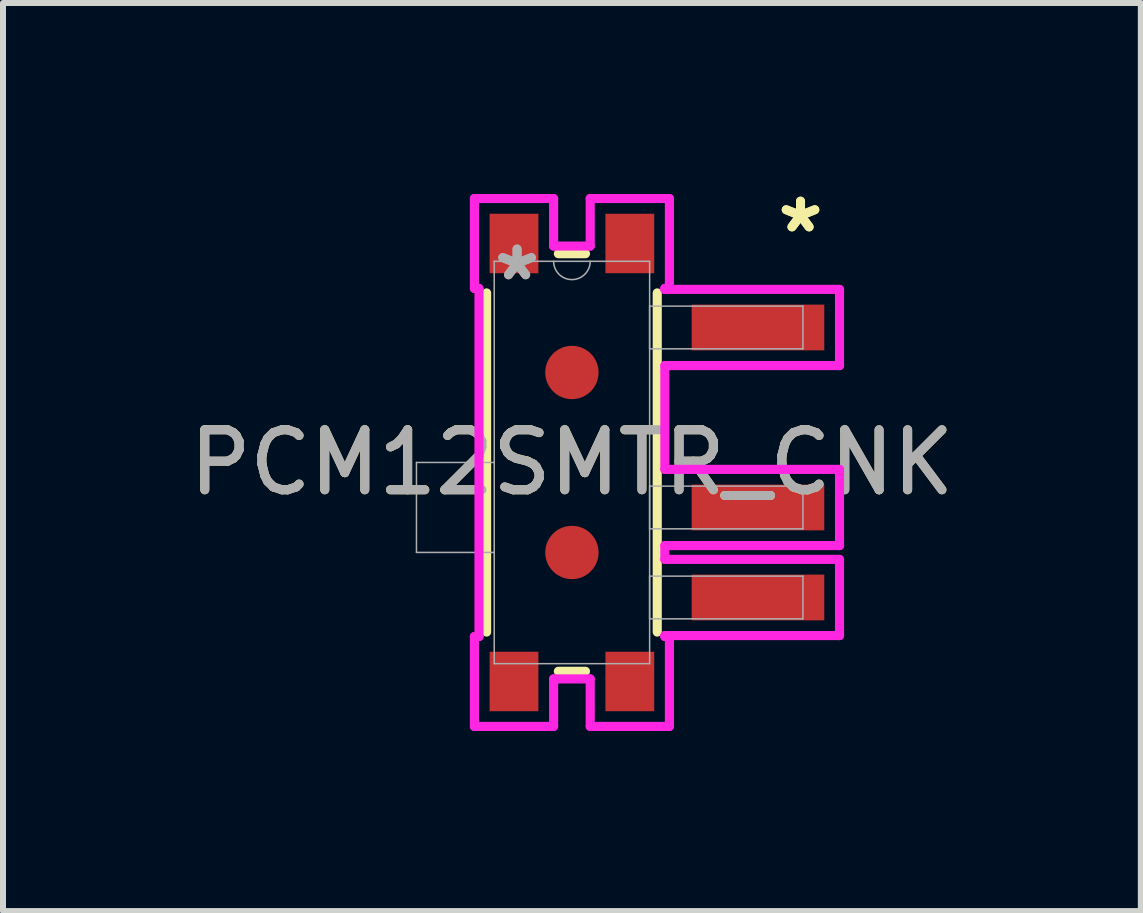
<source format=kicad_pcb>
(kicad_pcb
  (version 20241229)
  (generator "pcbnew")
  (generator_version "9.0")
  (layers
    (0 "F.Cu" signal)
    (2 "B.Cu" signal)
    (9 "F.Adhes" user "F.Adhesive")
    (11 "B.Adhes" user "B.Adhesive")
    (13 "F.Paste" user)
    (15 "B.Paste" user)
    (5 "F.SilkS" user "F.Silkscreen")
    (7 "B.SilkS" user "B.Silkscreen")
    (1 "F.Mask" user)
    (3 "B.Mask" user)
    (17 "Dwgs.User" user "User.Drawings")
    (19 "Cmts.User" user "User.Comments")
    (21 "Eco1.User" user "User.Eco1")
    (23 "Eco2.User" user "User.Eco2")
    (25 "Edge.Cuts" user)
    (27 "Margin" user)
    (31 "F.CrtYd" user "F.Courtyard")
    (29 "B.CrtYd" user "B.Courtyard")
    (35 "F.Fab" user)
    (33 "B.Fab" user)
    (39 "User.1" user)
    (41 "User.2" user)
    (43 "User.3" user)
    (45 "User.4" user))
  (footprint "PCM12SMTR_CNK"
    (layer "F.Cu")
    (at 6.482 4.658)
    (property "Reference" "PCM12SMTR_CNK" (at 0 0 0) (unlocked yes) (layer "F.SilkS") (effects (font (size 1 1) (thickness 0.15))))
    (attr smd)
    (fp_line (start -1.422 2.826) (end -1.422 -2.826) (stroke (width 0.152) (type solid)) (layer "F.SilkS"))
    (fp_line (start -0.226 -3.48) (end 0.226 -3.48) (stroke (width 0.152) (type solid)) (layer "F.SilkS"))
    (fp_line (start 0.226 3.48) (end -0.226 3.48) (stroke (width 0.152) (type solid)) (layer "F.SilkS"))
    (fp_line (start 1.422 -2.826) (end 1.422 2.826) (stroke (width 0.152) (type solid)) (layer "F.SilkS"))
    (fp_line (start -1.625 -4.399) (end -1.625 -2.901) (stroke (width 0.152) (type solid)) (layer "F.CrtYd"))
    (fp_line (start -1.625 -2.901) (end -1.549 -2.901) (stroke (width 0.152) (type solid)) (layer "F.CrtYd"))
    (fp_line (start -1.625 2.901) (end -1.625 4.399) (stroke (width 0.152) (type solid)) (layer "F.CrtYd"))
    (fp_line (start -1.625 4.399) (end -0.305 4.399) (stroke (width 0.152) (type solid)) (layer "F.CrtYd"))
    (fp_line (start -1.549 -2.901) (end -1.549 2.901) (stroke (width 0.152) (type solid)) (layer "F.CrtYd"))
    (fp_line (start -1.549 2.901) (end -1.625 2.901) (stroke (width 0.152) (type solid)) (layer "F.CrtYd"))
    (fp_line (start -0.305 -4.399) (end -1.625 -4.399) (stroke (width 0.152) (type solid)) (layer "F.CrtYd"))
    (fp_line (start -0.305 -3.607) (end -0.305 -4.399) (stroke (width 0.152) (type solid)) (layer "F.CrtYd"))
    (fp_line (start -0.305 3.607) (end 0.305 3.607) (stroke (width 0.152) (type solid)) (layer "F.CrtYd"))
    (fp_line (start -0.305 4.399) (end -0.305 3.607) (stroke (width 0.152) (type solid)) (layer "F.CrtYd"))
    (fp_line (start 0.305 -4.399) (end 0.305 -3.607) (stroke (width 0.152) (type solid)) (layer "F.CrtYd"))
    (fp_line (start 0.305 -3.607) (end -0.305 -3.607) (stroke (width 0.152) (type solid)) (layer "F.CrtYd"))
    (fp_line (start 0.305 3.607) (end 0.305 4.399) (stroke (width 0.152) (type solid)) (layer "F.CrtYd"))
    (fp_line (start 0.305 4.399) (end 1.625 4.399) (stroke (width 0.152) (type solid)) (layer "F.CrtYd"))
    (fp_line (start 1.549 -2.901) (end 1.625 -2.901) (stroke (width 0.152) (type solid)) (layer "F.CrtYd"))
    (fp_line (start 1.549 -2.885) (end 1.549 -2.901) (stroke (width 0.152) (type solid)) (layer "F.CrtYd"))
    (fp_line (start 1.549 -1.615) (end 4.46 -1.615) (stroke (width 0.152) (type solid)) (layer "F.CrtYd"))
    (fp_line (start 1.549 0.115) (end 1.549 -1.615) (stroke (width 0.152) (type solid)) (layer "F.CrtYd"))
    (fp_line (start 1.549 1.385) (end 4.46 1.385) (stroke (width 0.152) (type solid)) (layer "F.CrtYd"))
    (fp_line (start 1.549 1.615) (end 1.549 1.385) (stroke (width 0.152) (type solid)) (layer "F.CrtYd"))
    (fp_line (start 1.549 2.885) (end 4.46 2.885) (stroke (width 0.152) (type solid)) (layer "F.CrtYd"))
    (fp_line (start 1.549 2.901) (end 1.549 2.885) (stroke (width 0.152) (type solid)) (layer "F.CrtYd"))
    (fp_line (start 1.625 -4.399) (end 0.305 -4.399) (stroke (width 0.152) (type solid)) (layer "F.CrtYd"))
    (fp_line (start 1.625 -2.901) (end 1.625 -4.399) (stroke (width 0.152) (type solid)) (layer "F.CrtYd"))
    (fp_line (start 1.625 2.901) (end 1.549 2.901) (stroke (width 0.152) (type solid)) (layer "F.CrtYd"))
    (fp_line (start 1.625 4.399) (end 1.625 2.901) (stroke (width 0.152) (type solid)) (layer "F.CrtYd"))
    (fp_line (start 4.46 -2.885) (end 1.549 -2.885) (stroke (width 0.152) (type solid)) (layer "F.CrtYd"))
    (fp_line (start 4.46 -1.615) (end 4.46 -2.885) (stroke (width 0.152) (type solid)) (layer "F.CrtYd"))
    (fp_line (start 4.46 0.115) (end 1.549 0.115) (stroke (width 0.152) (type solid)) (layer "F.CrtYd"))
    (fp_line (start 4.46 1.385) (end 4.46 0.115) (stroke (width 0.152) (type solid)) (layer "F.CrtYd"))
    (fp_line (start 4.46 1.615) (end 1.549 1.615) (stroke (width 0.152) (type solid)) (layer "F.CrtYd"))
    (fp_line (start 4.46 2.885) (end 4.46 1.615) (stroke (width 0.152) (type solid)) (layer "F.CrtYd"))
    (fp_line (start -2.591 1.499) (end -2.591 0) (stroke (width 0.025) (type solid)) (layer "F.Fab"))
    (fp_line (start -1.295 -3.353) (end -1.295 3.353) (stroke (width 0.025) (type solid)) (layer "F.Fab"))
    (fp_line (start -1.295 0) (end -2.591 0) (stroke (width 0.025) (type solid)) (layer "F.Fab"))
    (fp_line (start -1.295 1.499) (end -2.591 1.499) (stroke (width 0.025) (type solid)) (layer "F.Fab"))
    (fp_line (start -1.295 3.353) (end 1.295 3.353) (stroke (width 0.025) (type solid)) (layer "F.Fab"))
    (fp_line (start 1.295 -3.353) (end -1.295 -3.353) (stroke (width 0.025) (type solid)) (layer "F.Fab"))
    (fp_line (start 1.295 -2.606) (end 1.295 -1.894) (stroke (width 0.025) (type solid)) (layer "F.Fab"))
    (fp_line (start 1.295 -1.894) (end 3.85 -1.894) (stroke (width 0.025) (type solid)) (layer "F.Fab"))
    (fp_line (start 1.295 0.394) (end 1.295 1.106) (stroke (width 0.025) (type solid)) (layer "F.Fab"))
    (fp_line (start 1.295 1.106) (end 3.85 1.106) (stroke (width 0.025) (type solid)) (layer "F.Fab"))
    (fp_line (start 1.295 1.894) (end 1.295 2.606) (stroke (width 0.025) (type solid)) (layer "F.Fab"))
    (fp_line (start 1.295 2.606) (end 3.85 2.606) (stroke (width 0.025) (type solid)) (layer "F.Fab"))
    (fp_line (start 1.295 3.353) (end 1.295 -3.353) (stroke (width 0.025) (type solid)) (layer "F.Fab"))
    (fp_line (start 3.85 -2.606) (end 1.295 -2.606) (stroke (width 0.025) (type solid)) (layer "F.Fab"))
    (fp_line (start 3.85 -1.894) (end 3.85 -2.606) (stroke (width 0.025) (type solid)) (layer "F.Fab"))
    (fp_line (start 3.85 0.394) (end 1.295 0.394) (stroke (width 0.025) (type solid)) (layer "F.Fab"))
    (fp_line (start 3.85 1.106) (end 3.85 0.394) (stroke (width 0.025) (type solid)) (layer "F.Fab"))
    (fp_line (start 3.85 1.894) (end 1.295 1.894) (stroke (width 0.025) (type solid)) (layer "F.Fab"))
    (fp_line (start 3.85 2.606) (end 3.85 1.894) (stroke (width 0.025) (type solid)) (layer "F.Fab"))
    (fp_arc (start 0.3048 -3.3528) (mid 0 -3.048) (end -0.3048 -3.3528) (stroke (width 0.0254) (type solid)) (layer "F.Fab"))
    (fp_text user "*" (at 3.81 -3.81 0) (layer "F.SilkS") (effects (font (size 1 1) (thickness 0.15))))
    (fp_text user "*" (at 3.81 -3.81 0) (unlocked yes) (layer "F.SilkS") (effects (font (size 1 1) (thickness 0.15))))
    (fp_text user "*" (at -0.914 -3.012 0) (layer "F.Fab") (effects (font (size 1 1) (thickness 0.15))))
    (fp_text user "${REFERENCE}" (at 0 0 0) (unlocked yes) (layer "F.Fab") (effects (font (size 1 1) (thickness 0.15))))
    (fp_text user "*" (at -0.914 -3.012 0) (unlocked yes) (layer "F.Fab") (effects (font (size 1 1) (thickness 0.15))))
    (pad "1" smd rect (at 3.101 -2.25) (size 2.21 0.762) (layers "F.Cu" "F.Mask" "F.Paste"))
    (pad "2" smd rect (at 3.101 0.75) (size 2.21 0.762) (layers "F.Cu" "F.Mask" "F.Paste"))
    (pad "3" smd rect (at 3.101 2.25) (size 2.21 0.762) (layers "F.Cu" "F.Mask" "F.Paste"))
    (pad "4" smd circle (at 0 -1.5) (size 0.889 0.889) (layers "F.Cu" "F.Mask" "F.Paste"))
    (pad "5" smd circle (at 0 1.5) (size 0.889 0.889) (layers "F.Cu" "F.Mask" "F.Paste"))
    (pad "6" smd rect (at -0.965 -3.65) (size 0.813 0.991) (layers "F.Cu" "F.Mask" "F.Paste"))
    (pad "7" smd rect (at 0.965 -3.65) (size 0.813 0.991) (layers "F.Cu" "F.Mask" "F.Paste"))
    (pad "8" smd rect (at -0.965 3.65) (size 0.813 0.991) (layers "F.Cu" "F.Mask" "F.Paste"))
    (pad "9" smd rect (at 0.965 3.65) (size 0.813 0.991) (layers "F.Cu" "F.Mask" "F.Paste")))
  (gr_rect
    (start -3 -3)
    (end 15.964 12.134)
    (stroke (width 0.1) (type default))
    (fill no)
    (layer "Edge.Cuts")))
</source>
